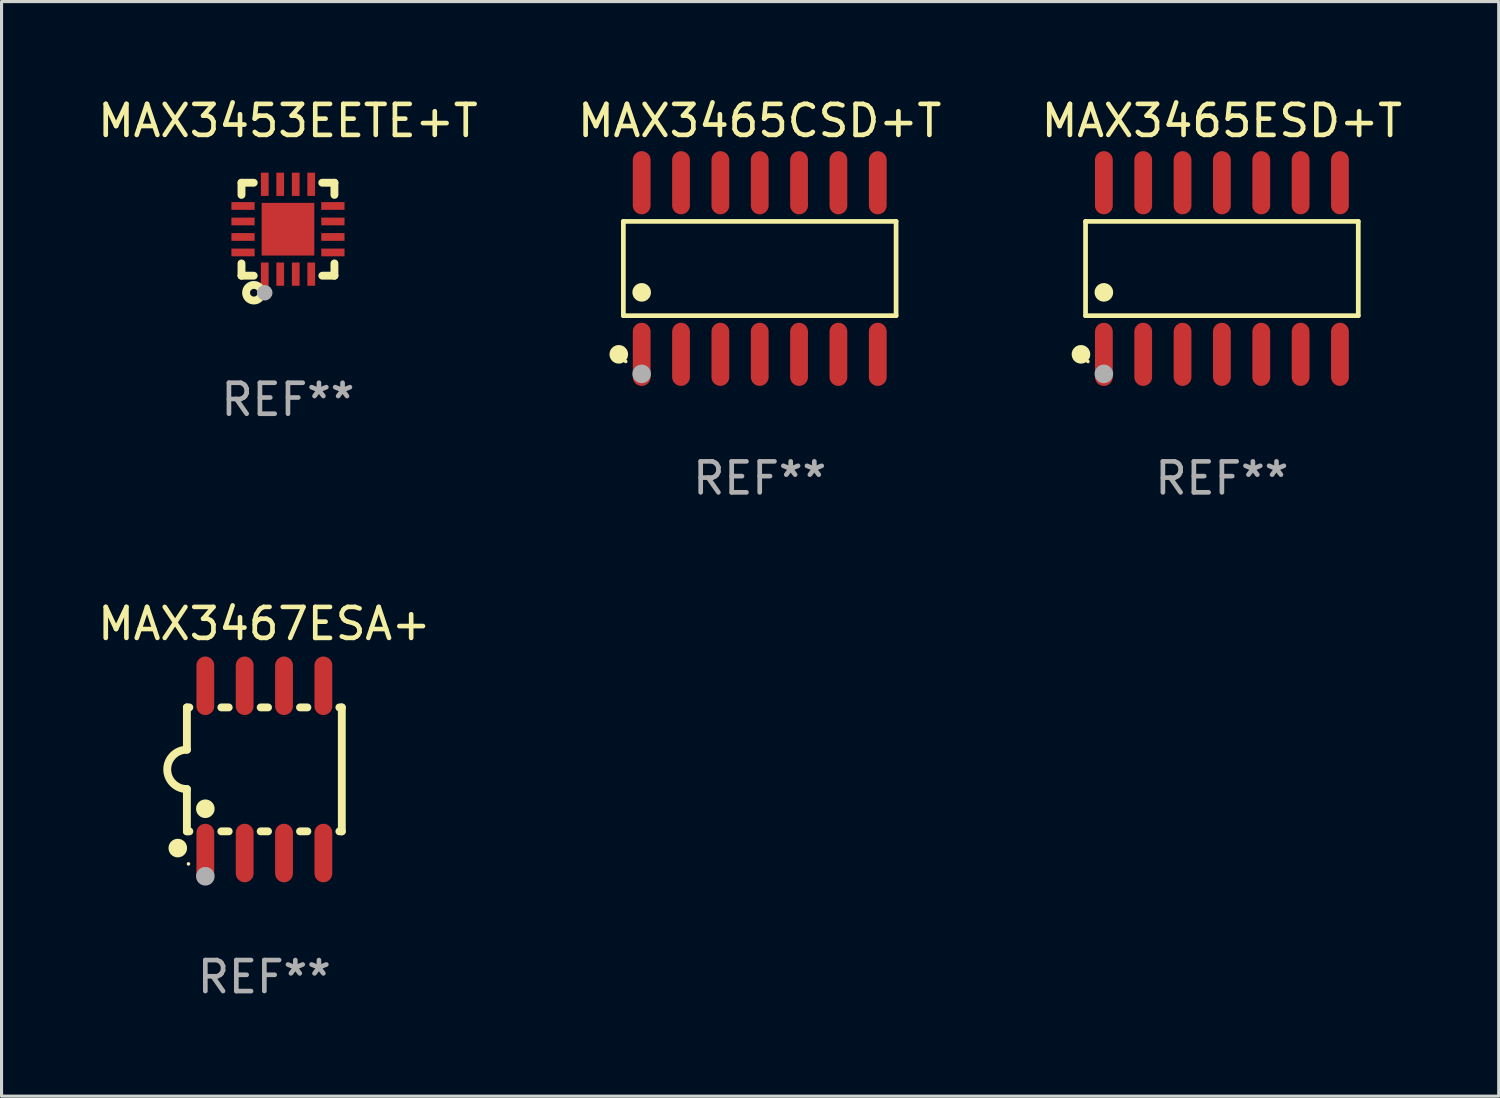
<source format=kicad_pcb>
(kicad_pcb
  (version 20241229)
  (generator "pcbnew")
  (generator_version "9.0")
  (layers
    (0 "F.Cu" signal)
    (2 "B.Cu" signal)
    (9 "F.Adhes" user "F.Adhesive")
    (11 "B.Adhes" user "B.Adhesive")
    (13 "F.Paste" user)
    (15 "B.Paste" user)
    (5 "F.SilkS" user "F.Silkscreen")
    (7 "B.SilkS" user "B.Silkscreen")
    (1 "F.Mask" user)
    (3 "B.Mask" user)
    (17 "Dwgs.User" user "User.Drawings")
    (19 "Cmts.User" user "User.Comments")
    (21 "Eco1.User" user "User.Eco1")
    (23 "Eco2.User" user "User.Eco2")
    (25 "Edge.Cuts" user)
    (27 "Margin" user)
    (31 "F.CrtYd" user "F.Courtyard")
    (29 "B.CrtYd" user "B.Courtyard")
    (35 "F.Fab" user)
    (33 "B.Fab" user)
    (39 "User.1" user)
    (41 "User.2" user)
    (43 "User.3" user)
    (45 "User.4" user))
  (footprint "MAX3465ESD+T"
    (layer "F.Cu")
    (at 36.387 5.617)
    (property "Reference" "MAX3465ESD+T" (at 0 -4.769 0) (layer "F.SilkS") (effects (font (size 1 1) (thickness 0.15))))
    (attr through_hole)
    (fp_line (start -4.401 -1.521) (end 4.401 -1.521) (stroke (width 0.152) (type solid)) (layer "F.SilkS"))
    (fp_line (start -4.401 1.521) (end -4.401 -1.521) (stroke (width 0.152) (type solid)) (layer "F.SilkS"))
    (fp_line (start 4.401 -1.521) (end 4.401 1.521) (stroke (width 0.152) (type solid)) (layer "F.SilkS"))
    (fp_line (start 4.401 1.521) (end -4.401 1.521) (stroke (width 0.152) (type solid)) (layer "F.SilkS"))
    (fp_circle (center -4.549 2.769) (end -4.399 2.769) (stroke (width 0.3) (type solid)) (fill no) (layer "F.SilkS"))
    (fp_circle (center -4.325 3) (end -4.295 3) (stroke (width 0.06) (type solid)) (fill no) (layer "F.SilkS"))
    (fp_circle (center -3.81 0.769) (end -3.66 0.769) (stroke (width 0.3) (type solid)) (fill no) (layer "F.SilkS"))
    (fp_circle (center -3.81 3.4) (end -3.66 3.4) (stroke (width 0.3) (type solid)) (fill no) (layer "F.Fab"))
    (fp_text user "REF**" (at 0 6.769 0) (layer "F.Fab") (effects (font (size 1 1) (thickness 0.15))))
    (pad "1" smd oval (at -3.81 2.769) (size 0.574 2.038) (layers "F.Cu" "F.Mask" "F.Paste"))
    (pad "2" smd oval (at -2.54 2.769) (size 0.574 2.038) (layers "F.Cu" "F.Mask" "F.Paste"))
    (pad "3" smd oval (at -1.27 2.769) (size 0.574 2.038) (layers "F.Cu" "F.Mask" "F.Paste"))
    (pad "4" smd oval (at 0 2.769) (size 0.574 2.038) (layers "F.Cu" "F.Mask" "F.Paste"))
    (pad "5" smd oval (at 1.27 2.769) (size 0.574 2.038) (layers "F.Cu" "F.Mask" "F.Paste"))
    (pad "6" smd oval (at 2.54 2.769) (size 0.574 2.038) (layers "F.Cu" "F.Mask" "F.Paste"))
    (pad "7" smd oval (at 3.81 2.769) (size 0.574 2.038) (layers "F.Cu" "F.Mask" "F.Paste"))
    (pad "8" smd oval (at 3.81 -2.769) (size 0.574 2.038) (layers "F.Cu" "F.Mask" "F.Paste"))
    (pad "9" smd oval (at 2.54 -2.769) (size 0.574 2.038) (layers "F.Cu" "F.Mask" "F.Paste"))
    (pad "10" smd oval (at 1.27 -2.769) (size 0.574 2.038) (layers "F.Cu" "F.Mask" "F.Paste"))
    (pad "11" smd oval (at 0 -2.769) (size 0.574 2.038) (layers "F.Cu" "F.Mask" "F.Paste"))
    (pad "12" smd oval (at -1.27 -2.769) (size 0.574 2.038) (layers "F.Cu" "F.Mask" "F.Paste"))
    (pad "13" smd oval (at -2.54 -2.769) (size 0.574 2.038) (layers "F.Cu" "F.Mask" "F.Paste"))
    (pad "14" smd oval (at -3.81 -2.769) (size 0.574 2.038) (layers "F.Cu" "F.Mask" "F.Paste")))
  (footprint "MAX3453EETE+T"
    (layer "F.Cu")
    (at 6.244 4.348)
    (property "Reference" "MAX3453EETE+T" (at 0 -3.5 0) (layer "F.SilkS") (effects (font (size 1 1) (thickness 0.15))))
    (attr through_hole)
    (fp_line (start -1.5 -1.5) (end -1.5 -1.108) (stroke (width 0.254) (type solid)) (layer "F.SilkS"))
    (fp_line (start -1.5 -1.5) (end -1.105 -1.5) (stroke (width 0.254) (type solid)) (layer "F.SilkS"))
    (fp_line (start -1.5 1.104) (end -1.5 1.5) (stroke (width 0.254) (type solid)) (layer "F.SilkS"))
    (fp_line (start -1.5 1.5) (end -1.105 1.5) (stroke (width 0.254) (type solid)) (layer "F.SilkS"))
    (fp_line (start 1.106 -1.5) (end 1.5 -1.5) (stroke (width 0.254) (type solid)) (layer "F.SilkS"))
    (fp_line (start 1.108 1.5) (end 1.5 1.5) (stroke (width 0.254) (type solid)) (layer "F.SilkS"))
    (fp_line (start 1.5 -1.108) (end 1.5 -1.5) (stroke (width 0.254) (type solid)) (layer "F.SilkS"))
    (fp_line (start 1.5 1.5) (end 1.5 1.104) (stroke (width 0.254) (type solid)) (layer "F.SilkS"))
    (fp_circle (center -1.5 1.5) (end -1.47 1.5) (stroke (width 0.06) (type solid)) (fill no) (layer "F.SilkS"))
    (fp_circle (center -1.1 2.05) (end -0.975 2.05) (stroke (width 0.254) (type solid)) (fill no) (layer "F.SilkS"))
    (fp_circle (center -0.75 2.05) (end -0.625 2.05) (stroke (width 0.25) (type solid)) (fill no) (layer "F.Fab"))
    (fp_text user "REF**" (at 0 5.5 0) (layer "F.Fab") (effects (font (size 1 1) (thickness 0.15))))
    (pad "1" smd rect (at -0.749 1.45) (size 0.25 0.75) (layers "F.Cu" "F.Mask" "F.Paste"))
    (pad "2" smd rect (at -0.249 1.45) (size 0.25 0.75) (layers "F.Cu" "F.Mask" "F.Paste"))
    (pad "3" smd rect (at 0.251 1.45) (size 0.25 0.75) (layers "F.Cu" "F.Mask" "F.Paste"))
    (pad "4" smd rect (at 0.751 1.45) (size 0.25 0.75) (layers "F.Cu" "F.Mask" "F.Paste"))
    (pad "5" smd rect (at 1.45 0.75) (size 0.75 0.25) (layers "F.Cu" "F.Mask" "F.Paste"))
    (pad "6" smd rect (at 1.45 0.25) (size 0.75 0.25) (layers "F.Cu" "F.Mask" "F.Paste"))
    (pad "7" smd rect (at 1.45 -0.25) (size 0.75 0.25) (layers "F.Cu" "F.Mask" "F.Paste"))
    (pad "8" smd rect (at 1.45 -0.75) (size 0.75 0.25) (layers "F.Cu" "F.Mask" "F.Paste"))
    (pad "9" smd rect (at 0.75 -1.45) (size 0.25 0.75) (layers "F.Cu" "F.Mask" "F.Paste"))
    (pad "10" smd rect (at 0.25 -1.45) (size 0.25 0.75) (layers "F.Cu" "F.Mask" "F.Paste"))
    (pad "11" smd rect (at -0.25 -1.45) (size 0.25 0.75) (layers "F.Cu" "F.Mask" "F.Paste"))
    (pad "12" smd rect (at -0.749 -1.45) (size 0.25 0.75) (layers "F.Cu" "F.Mask" "F.Paste"))
    (pad "13" smd rect (at -1.45 -0.75) (size 0.75 0.25) (layers "F.Cu" "F.Mask" "F.Paste"))
    (pad "14" smd rect (at -1.45 -0.25) (size 0.75 0.25) (layers "F.Cu" "F.Mask" "F.Paste"))
    (pad "15" smd rect (at -1.45 0.25) (size 0.75 0.25) (layers "F.Cu" "F.Mask" "F.Paste"))
    (pad "16" smd rect (at -1.45 0.75) (size 0.75 0.25) (layers "F.Cu" "F.Mask" "F.Paste"))
    (pad "17" smd rect (at 0.000267 0.000267) (size 1.7 1.7) (layers "F.Cu" "F.Mask" "F.Paste")))
  (footprint "MAX3467ESA+"
    (layer "F.Cu")
    (at 5.482 21.782)
    (property "Reference" "MAX3467ESA+" (at 0 -4.699 0) (layer "F.SilkS") (effects (font (size 1 1) (thickness 0.15))))
    (attr through_hole)
    (fp_line (start -2.5 -2) (end -2.5 -0.635) (stroke (width 0.254) (type solid)) (layer "F.SilkS"))
    (fp_line (start -2.5 -2) (end -2.421 -2) (stroke (width 0.254) (type solid)) (layer "F.SilkS"))
    (fp_line (start -2.5 2) (end -2.5 0.635) (stroke (width 0.254) (type solid)) (layer "F.SilkS"))
    (fp_line (start -2.5 2) (end -2.421 2) (stroke (width 0.254) (type solid)) (layer "F.SilkS"))
    (fp_line (start -1.389 -2) (end -1.151 -2) (stroke (width 0.254) (type solid)) (layer "F.SilkS"))
    (fp_line (start -1.389 2) (end -1.151 2) (stroke (width 0.254) (type solid)) (layer "F.SilkS"))
    (fp_line (start -0.119 -2) (end 0.119 -2) (stroke (width 0.254) (type solid)) (layer "F.SilkS"))
    (fp_line (start -0.119 2) (end 0.119 2) (stroke (width 0.254) (type solid)) (layer "F.SilkS"))
    (fp_line (start 1.151 -2) (end 1.389 -2) (stroke (width 0.254) (type solid)) (layer "F.SilkS"))
    (fp_line (start 1.151 2) (end 1.389 2) (stroke (width 0.254) (type solid)) (layer "F.SilkS"))
    (fp_line (start 2.421 -2) (end 2.5 -2) (stroke (width 0.254) (type solid)) (layer "F.SilkS"))
    (fp_line (start 2.421 2) (end 2.5 2) (stroke (width 0.254) (type solid)) (layer "F.SilkS"))
    (fp_line (start 2.5 -2) (end 2.5 2) (stroke (width 0.254) (type solid)) (layer "F.SilkS"))
    (fp_arc (start -2.5 0.635001) (mid -3.134366 -0.000318) (end -2.499365 -0.635001) (stroke (width 0.254001) (type solid)) (layer "F.SilkS"))
    (fp_circle (center -2.794 2.54) (end -2.644 2.54) (stroke (width 0.3) (type solid)) (fill no) (layer "F.SilkS"))
    (fp_circle (center -2.45 3.05) (end -2.42 3.05) (stroke (width 0.06) (type solid)) (fill no) (layer "F.SilkS"))
    (fp_circle (center -1.905 1.27) (end -1.755 1.27) (stroke (width 0.3) (type solid)) (fill no) (layer "F.SilkS"))
    (fp_circle (center -1.905 3.45) (end -1.755 3.45) (stroke (width 0.3) (type solid)) (fill no) (layer "F.Fab"))
    (fp_text user "REF**" (at 0 6.699 0) (layer "F.Fab") (effects (font (size 1 1) (thickness 0.15))))
    (pad "1" smd oval (at -1.905 2.699) (size 0.574 1.888) (layers "F.Cu" "F.Mask" "F.Paste"))
    (pad "2" smd oval (at -0.635 2.699) (size 0.574 1.888) (layers "F.Cu" "F.Mask" "F.Paste"))
    (pad "3" smd oval (at 0.635 2.699) (size 0.574 1.888) (layers "F.Cu" "F.Mask" "F.Paste"))
    (pad "4" smd oval (at 1.905 2.699) (size 0.574 1.888) (layers "F.Cu" "F.Mask" "F.Paste"))
    (pad "5" smd oval (at 1.905 -2.699) (size 0.574 1.888) (layers "F.Cu" "F.Mask" "F.Paste"))
    (pad "6" smd oval (at 0.635 -2.699) (size 0.574 1.888) (layers "F.Cu" "F.Mask" "F.Paste"))
    (pad "7" smd oval (at -0.635 -2.699) (size 0.574 1.888) (layers "F.Cu" "F.Mask" "F.Paste"))
    (pad "8" smd oval (at -1.905 -2.699) (size 0.574 1.888) (layers "F.Cu" "F.Mask" "F.Paste")))
  (footprint "MAX3465CSD+T"
    (layer "F.Cu")
    (at 21.47 5.617)
    (property "Reference" "MAX3465CSD+T" (at 0 -4.769 0) (layer "F.SilkS") (effects (font (size 1 1) (thickness 0.15))))
    (attr through_hole)
    (fp_line (start -4.401 -1.521) (end 4.401 -1.521) (stroke (width 0.152) (type solid)) (layer "F.SilkS"))
    (fp_line (start -4.401 1.521) (end -4.401 -1.521) (stroke (width 0.152) (type solid)) (layer "F.SilkS"))
    (fp_line (start 4.401 -1.521) (end 4.401 1.521) (stroke (width 0.152) (type solid)) (layer "F.SilkS"))
    (fp_line (start 4.401 1.521) (end -4.401 1.521) (stroke (width 0.152) (type solid)) (layer "F.SilkS"))
    (fp_circle (center -4.549 2.769) (end -4.399 2.769) (stroke (width 0.3) (type solid)) (fill no) (layer "F.SilkS"))
    (fp_circle (center -4.325 3) (end -4.295 3) (stroke (width 0.06) (type solid)) (fill no) (layer "F.SilkS"))
    (fp_circle (center -3.81 0.769) (end -3.66 0.769) (stroke (width 0.3) (type solid)) (fill no) (layer "F.SilkS"))
    (fp_circle (center -3.81 3.4) (end -3.66 3.4) (stroke (width 0.3) (type solid)) (fill no) (layer "F.Fab"))
    (fp_text user "REF**" (at 0 6.769 0) (layer "F.Fab") (effects (font (size 1 1) (thickness 0.15))))
    (pad "1" smd oval (at -3.81 2.769) (size 0.574 2.038) (layers "F.Cu" "F.Mask" "F.Paste"))
    (pad "2" smd oval (at -2.54 2.769) (size 0.574 2.038) (layers "F.Cu" "F.Mask" "F.Paste"))
    (pad "3" smd oval (at -1.27 2.769) (size 0.574 2.038) (layers "F.Cu" "F.Mask" "F.Paste"))
    (pad "4" smd oval (at 0 2.769) (size 0.574 2.038) (layers "F.Cu" "F.Mask" "F.Paste"))
    (pad "5" smd oval (at 1.27 2.769) (size 0.574 2.038) (layers "F.Cu" "F.Mask" "F.Paste"))
    (pad "6" smd oval (at 2.54 2.769) (size 0.574 2.038) (layers "F.Cu" "F.Mask" "F.Paste"))
    (pad "7" smd oval (at 3.81 2.769) (size 0.574 2.038) (layers "F.Cu" "F.Mask" "F.Paste"))
    (pad "8" smd oval (at 3.81 -2.769) (size 0.574 2.038) (layers "F.Cu" "F.Mask" "F.Paste"))
    (pad "9" smd oval (at 2.54 -2.769) (size 0.574 2.038) (layers "F.Cu" "F.Mask" "F.Paste"))
    (pad "10" smd oval (at 1.27 -2.769) (size 0.574 2.038) (layers "F.Cu" "F.Mask" "F.Paste"))
    (pad "11" smd oval (at 0 -2.769) (size 0.574 2.038) (layers "F.Cu" "F.Mask" "F.Paste"))
    (pad "12" smd oval (at -1.27 -2.769) (size 0.574 2.038) (layers "F.Cu" "F.Mask" "F.Paste"))
    (pad "13" smd oval (at -2.54 -2.769) (size 0.574 2.038) (layers "F.Cu" "F.Mask" "F.Paste"))
    (pad "14" smd oval (at -3.81 -2.769) (size 0.574 2.038) (layers "F.Cu" "F.Mask" "F.Paste")))
  (gr_rect
    (start -3 -3)
    (end 45.321 32.329)
    (stroke (width 0.1) (type default))
    (fill no)
    (layer "Edge.Cuts")))
</source>
